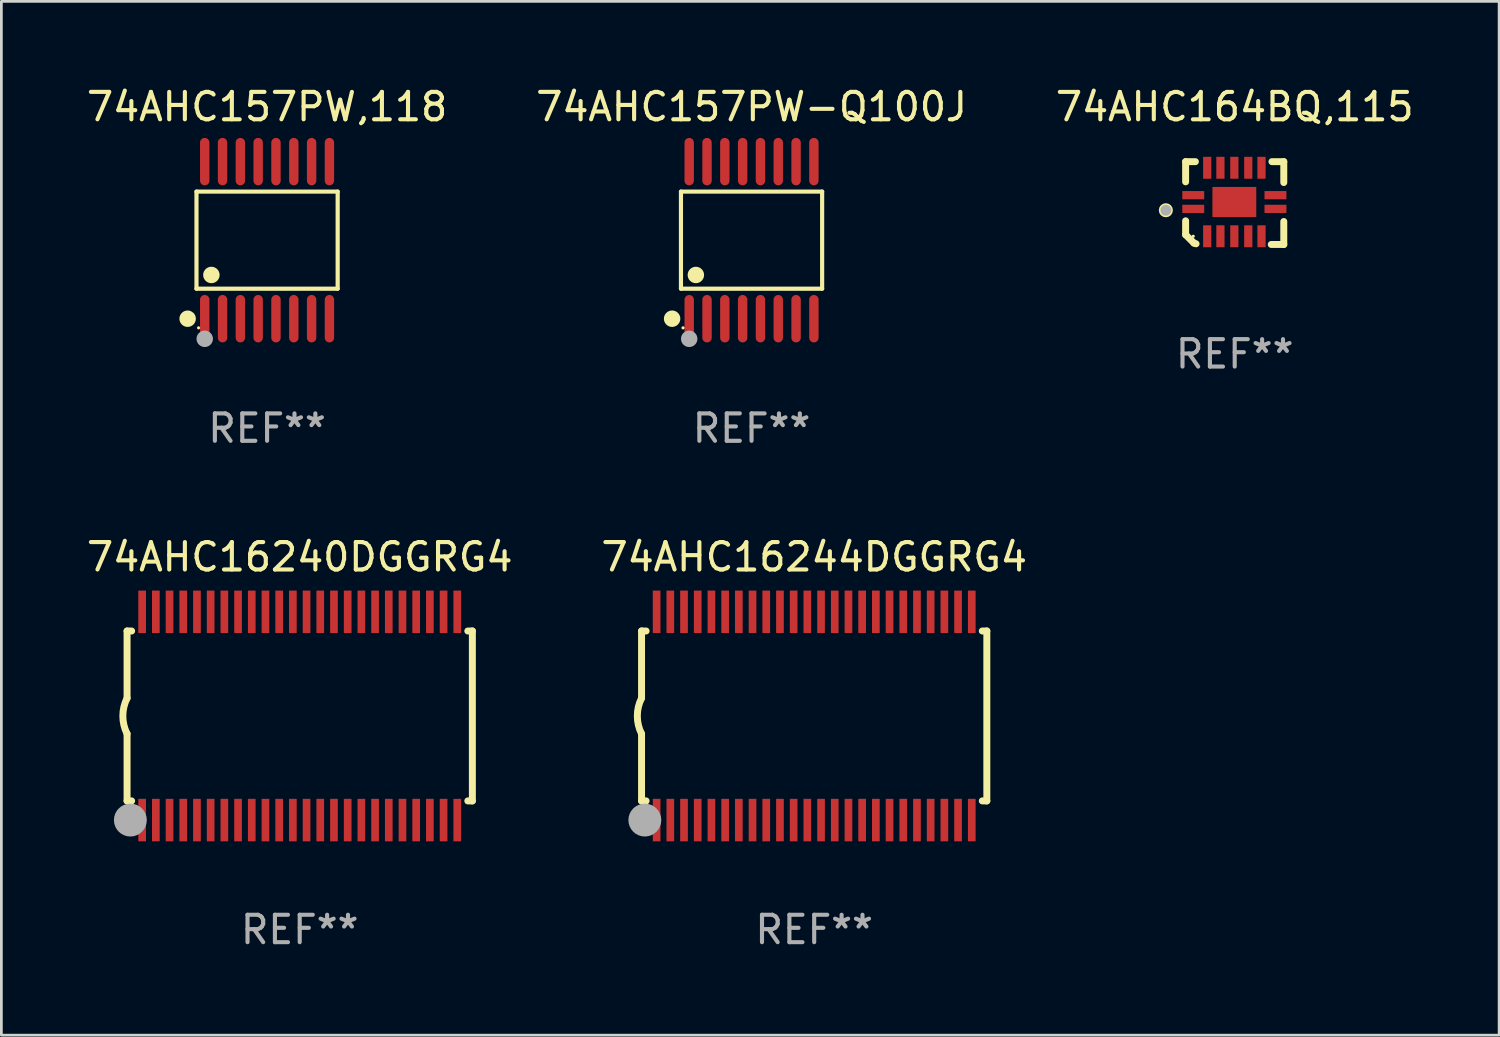
<source format=kicad_pcb>
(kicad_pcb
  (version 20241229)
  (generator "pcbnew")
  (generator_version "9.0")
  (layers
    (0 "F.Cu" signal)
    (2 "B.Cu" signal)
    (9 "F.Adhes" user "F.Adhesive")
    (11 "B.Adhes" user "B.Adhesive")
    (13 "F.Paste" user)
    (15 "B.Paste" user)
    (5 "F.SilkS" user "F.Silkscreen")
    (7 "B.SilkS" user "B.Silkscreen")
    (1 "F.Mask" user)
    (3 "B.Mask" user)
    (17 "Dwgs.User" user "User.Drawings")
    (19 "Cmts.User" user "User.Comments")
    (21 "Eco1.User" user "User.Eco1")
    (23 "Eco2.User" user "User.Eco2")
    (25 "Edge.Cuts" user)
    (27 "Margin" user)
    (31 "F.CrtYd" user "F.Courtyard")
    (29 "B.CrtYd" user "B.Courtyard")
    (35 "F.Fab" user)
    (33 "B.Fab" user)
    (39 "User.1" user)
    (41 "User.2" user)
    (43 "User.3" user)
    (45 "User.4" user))
  (footprint "74AHC157PW-Q100J"
    (layer "F.Cu")
    (at 24.375 5.714)
    (property "Reference" "74AHC157PW-Q100J" (at 0 -4.866 0) (layer "F.SilkS") (effects (font (size 1 1) (thickness 0.15))))
    (attr through_hole)
    (fp_line (start -2.576 -1.772) (end 2.576 -1.772) (stroke (width 0.152) (type solid)) (layer "F.SilkS"))
    (fp_line (start -2.576 1.771) (end -2.576 -1.772) (stroke (width 0.152) (type solid)) (layer "F.SilkS"))
    (fp_line (start 2.576 -1.772) (end 2.576 1.771) (stroke (width 0.152) (type solid)) (layer "F.SilkS"))
    (fp_line (start 2.576 1.771) (end -2.576 1.771) (stroke (width 0.152) (type solid)) (layer "F.SilkS"))
    (fp_circle (center -2.899 2.866) (end -2.749 2.866) (stroke (width 0.3) (type solid)) (fill no) (layer "F.SilkS"))
    (fp_circle (center -2.5 3.2) (end -2.47 3.2) (stroke (width 0.06) (type solid)) (fill no) (layer "F.SilkS"))
    (fp_circle (center -2.032 1.27) (end -1.882 1.27) (stroke (width 0.3) (type solid)) (fill no) (layer "F.SilkS"))
    (fp_circle (center -2.275 3.6) (end -2.125 3.6) (stroke (width 0.3) (type solid)) (fill no) (layer "F.Fab"))
    (fp_text user "REF**" (at 0 6.866 0) (layer "F.Fab") (effects (font (size 1 1) (thickness 0.15))))
    (pad "1" smd oval (at -2.275 2.866) (size 0.343 1.731) (layers "F.Cu" "F.Mask" "F.Paste"))
    (pad "2" smd oval (at -1.625 2.866) (size 0.343 1.731) (layers "F.Cu" "F.Mask" "F.Paste"))
    (pad "3" smd oval (at -0.975 2.866) (size 0.343 1.731) (layers "F.Cu" "F.Mask" "F.Paste"))
    (pad "4" smd oval (at -0.325 2.866) (size 0.343 1.731) (layers "F.Cu" "F.Mask" "F.Paste"))
    (pad "5" smd oval (at 0.325 2.866) (size 0.343 1.731) (layers "F.Cu" "F.Mask" "F.Paste"))
    (pad "6" smd oval (at 0.975 2.866) (size 0.343 1.731) (layers "F.Cu" "F.Mask" "F.Paste"))
    (pad "7" smd oval (at 1.625 2.866) (size 0.343 1.731) (layers "F.Cu" "F.Mask" "F.Paste"))
    (pad "8" smd oval (at 2.275 2.866) (size 0.343 1.731) (layers "F.Cu" "F.Mask" "F.Paste"))
    (pad "9" smd oval (at 2.275 -2.866) (size 0.343 1.731) (layers "F.Cu" "F.Mask" "F.Paste"))
    (pad "10" smd oval (at 1.625 -2.866) (size 0.343 1.731) (layers "F.Cu" "F.Mask" "F.Paste"))
    (pad "11" smd oval (at 0.975 -2.866) (size 0.343 1.731) (layers "F.Cu" "F.Mask" "F.Paste"))
    (pad "12" smd oval (at 0.325 -2.866) (size 0.343 1.731) (layers "F.Cu" "F.Mask" "F.Paste"))
    (pad "13" smd oval (at -0.325 -2.866) (size 0.343 1.731) (layers "F.Cu" "F.Mask" "F.Paste"))
    (pad "14" smd oval (at -0.975 -2.866) (size 0.343 1.731) (layers "F.Cu" "F.Mask" "F.Paste"))
    (pad "15" smd oval (at -1.625 -2.866) (size 0.343 1.731) (layers "F.Cu" "F.Mask" "F.Paste"))
    (pad "16" smd oval (at -2.275 -2.866) (size 0.343 1.731) (layers "F.Cu" "F.Mask" "F.Paste")))
  (footprint "74AHC16244DGGRG4"
    (layer "F.Cu")
    (at 26.661 23.076)
    (property "Reference" "74AHC16244DGGRG4" (at 0 -5.8 0) (layer "F.SilkS") (effects (font (size 1 1) (thickness 0.15))))
    (attr through_hole)
    (fp_line (start -6.3 -3.1) (end -6.3 -0.65) (stroke (width 0.254) (type solid)) (layer "F.SilkS"))
    (fp_line (start -6.3 -3.1) (end -6.134 -3.1) (stroke (width 0.254) (type solid)) (layer "F.SilkS"))
    (fp_line (start -6.3 3.1) (end -6.3 0.65) (stroke (width 0.254) (type solid)) (layer "F.SilkS"))
    (fp_line (start -6.3 3.1) (end -6.134 3.1) (stroke (width 0.254) (type solid)) (layer "F.SilkS"))
    (fp_line (start 6.134 -3.1) (end 6.3 -3.1) (stroke (width 0.254) (type solid)) (layer "F.SilkS"))
    (fp_line (start 6.134 3.1) (end 6.3 3.1) (stroke (width 0.254) (type solid)) (layer "F.SilkS"))
    (fp_line (start 6.3 -3.1) (end 6.3 3.1) (stroke (width 0.254) (type solid)) (layer "F.SilkS"))
    (fp_arc (start -6.301016 0.650114) (mid -6.45413 -0.000082) (end -6.3 -0.650038) (stroke (width 0.254001) (type solid)) (layer "F.SilkS"))
    (fp_circle (center -6.35 3.81) (end -6.223 3.81) (stroke (width 0.254) (type solid)) (fill no) (layer "F.SilkS"))
    (fp_circle (center -6.25 4.05) (end -6.22 4.05) (stroke (width 0.06) (type solid)) (fill no) (layer "F.SilkS"))
    (fp_circle (center -6.18 3.8) (end -5.88 3.8) (stroke (width 0.6) (type solid)) (fill no) (layer "F.Fab"))
    (fp_text user "REF**" (at 0 7.8 0) (layer "F.Fab") (effects (font (size 1 1) (thickness 0.15))))
    (pad "1" smd rect (at -5.75 3.8) (size 0.28 1.55) (layers "F.Cu" "F.Mask" "F.Paste"))
    (pad "2" smd rect (at -5.25 3.8) (size 0.28 1.55) (layers "F.Cu" "F.Mask" "F.Paste"))
    (pad "3" smd rect (at -4.75 3.8) (size 0.28 1.55) (layers "F.Cu" "F.Mask" "F.Paste"))
    (pad "4" smd rect (at -4.25 3.8) (size 0.28 1.55) (layers "F.Cu" "F.Mask" "F.Paste"))
    (pad "5" smd rect (at -3.75 3.8) (size 0.28 1.55) (layers "F.Cu" "F.Mask" "F.Paste"))
    (pad "6" smd rect (at -3.25 3.8) (size 0.28 1.55) (layers "F.Cu" "F.Mask" "F.Paste"))
    (pad "7" smd rect (at -2.75 3.8) (size 0.28 1.55) (layers "F.Cu" "F.Mask" "F.Paste"))
    (pad "8" smd rect (at -2.25 3.8) (size 0.28 1.55) (layers "F.Cu" "F.Mask" "F.Paste"))
    (pad "9" smd rect (at -1.75 3.8) (size 0.28 1.55) (layers "F.Cu" "F.Mask" "F.Paste"))
    (pad "10" smd rect (at -1.25 3.8) (size 0.28 1.55) (layers "F.Cu" "F.Mask" "F.Paste"))
    (pad "11" smd rect (at -0.75 3.8) (size 0.28 1.55) (layers "F.Cu" "F.Mask" "F.Paste"))
    (pad "12" smd rect (at -0.25 3.8) (size 0.28 1.55) (layers "F.Cu" "F.Mask" "F.Paste"))
    (pad "13" smd rect (at 0.25 3.8) (size 0.28 1.55) (layers "F.Cu" "F.Mask" "F.Paste"))
    (pad "14" smd rect (at 0.75 3.8) (size 0.28 1.55) (layers "F.Cu" "F.Mask" "F.Paste"))
    (pad "15" smd rect (at 1.25 3.8) (size 0.28 1.55) (layers "F.Cu" "F.Mask" "F.Paste"))
    (pad "16" smd rect (at 1.75 3.8) (size 0.28 1.55) (layers "F.Cu" "F.Mask" "F.Paste"))
    (pad "17" smd rect (at 2.25 3.8) (size 0.28 1.55) (layers "F.Cu" "F.Mask" "F.Paste"))
    (pad "18" smd rect (at 2.75 3.8) (size 0.28 1.55) (layers "F.Cu" "F.Mask" "F.Paste"))
    (pad "19" smd rect (at 3.25 3.8) (size 0.28 1.55) (layers "F.Cu" "F.Mask" "F.Paste"))
    (pad "20" smd rect (at 3.75 3.8) (size 0.28 1.55) (layers "F.Cu" "F.Mask" "F.Paste"))
    (pad "21" smd rect (at 4.25 3.8) (size 0.28 1.55) (layers "F.Cu" "F.Mask" "F.Paste"))
    (pad "22" smd rect (at 4.75 3.8) (size 0.28 1.55) (layers "F.Cu" "F.Mask" "F.Paste"))
    (pad "23" smd rect (at 5.25 3.8) (size 0.28 1.55) (layers "F.Cu" "F.Mask" "F.Paste"))
    (pad "24" smd rect (at 5.75 3.8) (size 0.28 1.55) (layers "F.Cu" "F.Mask" "F.Paste"))
    (pad "25" smd rect (at 5.75 -3.8) (size 0.28 1.55) (layers "F.Cu" "F.Mask" "F.Paste"))
    (pad "26" smd rect (at 5.25 -3.8) (size 0.28 1.55) (layers "F.Cu" "F.Mask" "F.Paste"))
    (pad "27" smd rect (at 4.75 -3.8) (size 0.28 1.55) (layers "F.Cu" "F.Mask" "F.Paste"))
    (pad "28" smd rect (at 4.25 -3.8) (size 0.28 1.55) (layers "F.Cu" "F.Mask" "F.Paste"))
    (pad "29" smd rect (at 3.75 -3.8) (size 0.28 1.55) (layers "F.Cu" "F.Mask" "F.Paste"))
    (pad "30" smd rect (at 3.25 -3.8) (size 0.28 1.55) (layers "F.Cu" "F.Mask" "F.Paste"))
    (pad "31" smd rect (at 2.75 -3.8) (size 0.28 1.55) (layers "F.Cu" "F.Mask" "F.Paste"))
    (pad "32" smd rect (at 2.25 -3.8) (size 0.28 1.55) (layers "F.Cu" "F.Mask" "F.Paste"))
    (pad "33" smd rect (at 1.75 -3.8) (size 0.28 1.55) (layers "F.Cu" "F.Mask" "F.Paste"))
    (pad "34" smd rect (at 1.25 -3.8) (size 0.28 1.55) (layers "F.Cu" "F.Mask" "F.Paste"))
    (pad "35" smd rect (at 0.75 -3.8) (size 0.28 1.55) (layers "F.Cu" "F.Mask" "F.Paste"))
    (pad "36" smd rect (at 0.25 -3.8) (size 0.28 1.55) (layers "F.Cu" "F.Mask" "F.Paste"))
    (pad "37" smd rect (at -0.25 -3.8) (size 0.28 1.55) (layers "F.Cu" "F.Mask" "F.Paste"))
    (pad "38" smd rect (at -0.75 -3.8) (size 0.28 1.55) (layers "F.Cu" "F.Mask" "F.Paste"))
    (pad "39" smd rect (at -1.25 -3.8) (size 0.28 1.55) (layers "F.Cu" "F.Mask" "F.Paste"))
    (pad "40" smd rect (at -1.75 -3.8) (size 0.28 1.55) (layers "F.Cu" "F.Mask" "F.Paste"))
    (pad "41" smd rect (at -2.25 -3.8) (size 0.28 1.55) (layers "F.Cu" "F.Mask" "F.Paste"))
    (pad "42" smd rect (at -2.75 -3.8) (size 0.28 1.55) (layers "F.Cu" "F.Mask" "F.Paste"))
    (pad "43" smd rect (at -3.25 -3.8) (size 0.28 1.55) (layers "F.Cu" "F.Mask" "F.Paste"))
    (pad "44" smd rect (at -3.75 -3.8) (size 0.28 1.55) (layers "F.Cu" "F.Mask" "F.Paste"))
    (pad "45" smd rect (at -4.25 -3.8) (size 0.28 1.55) (layers "F.Cu" "F.Mask" "F.Paste"))
    (pad "46" smd rect (at -4.75 -3.8) (size 0.28 1.55) (layers "F.Cu" "F.Mask" "F.Paste"))
    (pad "47" smd rect (at -5.25 -3.8) (size 0.28 1.55) (layers "F.Cu" "F.Mask" "F.Paste"))
    (pad "48" smd rect (at -5.75 -3.8) (size 0.28 1.55) (layers "F.Cu" "F.Mask" "F.Paste")))
  (footprint "74AHC16240DGGRG4"
    (layer "F.Cu")
    (at 7.887 23.076)
    (property "Reference" "74AHC16240DGGRG4" (at 0 -5.8 0) (layer "F.SilkS") (effects (font (size 1 1) (thickness 0.15))))
    (attr through_hole)
    (fp_line (start -6.3 -3.1) (end -6.3 -0.65) (stroke (width 0.254) (type solid)) (layer "F.SilkS"))
    (fp_line (start -6.3 -3.1) (end -6.134 -3.1) (stroke (width 0.254) (type solid)) (layer "F.SilkS"))
    (fp_line (start -6.3 3.1) (end -6.3 0.65) (stroke (width 0.254) (type solid)) (layer "F.SilkS"))
    (fp_line (start -6.3 3.1) (end -6.134 3.1) (stroke (width 0.254) (type solid)) (layer "F.SilkS"))
    (fp_line (start 6.134 -3.1) (end 6.3 -3.1) (stroke (width 0.254) (type solid)) (layer "F.SilkS"))
    (fp_line (start 6.134 3.1) (end 6.3 3.1) (stroke (width 0.254) (type solid)) (layer "F.SilkS"))
    (fp_line (start 6.3 -3.1) (end 6.3 3.1) (stroke (width 0.254) (type solid)) (layer "F.SilkS"))
    (fp_arc (start -6.301016 0.650114) (mid -6.45413 -0.000082) (end -6.3 -0.650038) (stroke (width 0.254001) (type solid)) (layer "F.SilkS"))
    (fp_circle (center -6.35 3.81) (end -6.223 3.81) (stroke (width 0.254) (type solid)) (fill no) (layer "F.SilkS"))
    (fp_circle (center -6.25 4.05) (end -6.22 4.05) (stroke (width 0.06) (type solid)) (fill no) (layer "F.SilkS"))
    (fp_circle (center -6.18 3.8) (end -5.88 3.8) (stroke (width 0.6) (type solid)) (fill no) (layer "F.Fab"))
    (fp_text user "REF**" (at 0 7.8 0) (layer "F.Fab") (effects (font (size 1 1) (thickness 0.15))))
    (pad "1" smd rect (at -5.75 3.8) (size 0.28 1.55) (layers "F.Cu" "F.Mask" "F.Paste"))
    (pad "2" smd rect (at -5.25 3.8) (size 0.28 1.55) (layers "F.Cu" "F.Mask" "F.Paste"))
    (pad "3" smd rect (at -4.75 3.8) (size 0.28 1.55) (layers "F.Cu" "F.Mask" "F.Paste"))
    (pad "4" smd rect (at -4.25 3.8) (size 0.28 1.55) (layers "F.Cu" "F.Mask" "F.Paste"))
    (pad "5" smd rect (at -3.75 3.8) (size 0.28 1.55) (layers "F.Cu" "F.Mask" "F.Paste"))
    (pad "6" smd rect (at -3.25 3.8) (size 0.28 1.55) (layers "F.Cu" "F.Mask" "F.Paste"))
    (pad "7" smd rect (at -2.75 3.8) (size 0.28 1.55) (layers "F.Cu" "F.Mask" "F.Paste"))
    (pad "8" smd rect (at -2.25 3.8) (size 0.28 1.55) (layers "F.Cu" "F.Mask" "F.Paste"))
    (pad "9" smd rect (at -1.75 3.8) (size 0.28 1.55) (layers "F.Cu" "F.Mask" "F.Paste"))
    (pad "10" smd rect (at -1.25 3.8) (size 0.28 1.55) (layers "F.Cu" "F.Mask" "F.Paste"))
    (pad "11" smd rect (at -0.75 3.8) (size 0.28 1.55) (layers "F.Cu" "F.Mask" "F.Paste"))
    (pad "12" smd rect (at -0.25 3.8) (size 0.28 1.55) (layers "F.Cu" "F.Mask" "F.Paste"))
    (pad "13" smd rect (at 0.25 3.8) (size 0.28 1.55) (layers "F.Cu" "F.Mask" "F.Paste"))
    (pad "14" smd rect (at 0.75 3.8) (size 0.28 1.55) (layers "F.Cu" "F.Mask" "F.Paste"))
    (pad "15" smd rect (at 1.25 3.8) (size 0.28 1.55) (layers "F.Cu" "F.Mask" "F.Paste"))
    (pad "16" smd rect (at 1.75 3.8) (size 0.28 1.55) (layers "F.Cu" "F.Mask" "F.Paste"))
    (pad "17" smd rect (at 2.25 3.8) (size 0.28 1.55) (layers "F.Cu" "F.Mask" "F.Paste"))
    (pad "18" smd rect (at 2.75 3.8) (size 0.28 1.55) (layers "F.Cu" "F.Mask" "F.Paste"))
    (pad "19" smd rect (at 3.25 3.8) (size 0.28 1.55) (layers "F.Cu" "F.Mask" "F.Paste"))
    (pad "20" smd rect (at 3.75 3.8) (size 0.28 1.55) (layers "F.Cu" "F.Mask" "F.Paste"))
    (pad "21" smd rect (at 4.25 3.8) (size 0.28 1.55) (layers "F.Cu" "F.Mask" "F.Paste"))
    (pad "22" smd rect (at 4.75 3.8) (size 0.28 1.55) (layers "F.Cu" "F.Mask" "F.Paste"))
    (pad "23" smd rect (at 5.25 3.8) (size 0.28 1.55) (layers "F.Cu" "F.Mask" "F.Paste"))
    (pad "24" smd rect (at 5.75 3.8) (size 0.28 1.55) (layers "F.Cu" "F.Mask" "F.Paste"))
    (pad "25" smd rect (at 5.75 -3.8) (size 0.28 1.55) (layers "F.Cu" "F.Mask" "F.Paste"))
    (pad "26" smd rect (at 5.25 -3.8) (size 0.28 1.55) (layers "F.Cu" "F.Mask" "F.Paste"))
    (pad "27" smd rect (at 4.75 -3.8) (size 0.28 1.55) (layers "F.Cu" "F.Mask" "F.Paste"))
    (pad "28" smd rect (at 4.25 -3.8) (size 0.28 1.55) (layers "F.Cu" "F.Mask" "F.Paste"))
    (pad "29" smd rect (at 3.75 -3.8) (size 0.28 1.55) (layers "F.Cu" "F.Mask" "F.Paste"))
    (pad "30" smd rect (at 3.25 -3.8) (size 0.28 1.55) (layers "F.Cu" "F.Mask" "F.Paste"))
    (pad "31" smd rect (at 2.75 -3.8) (size 0.28 1.55) (layers "F.Cu" "F.Mask" "F.Paste"))
    (pad "32" smd rect (at 2.25 -3.8) (size 0.28 1.55) (layers "F.Cu" "F.Mask" "F.Paste"))
    (pad "33" smd rect (at 1.75 -3.8) (size 0.28 1.55) (layers "F.Cu" "F.Mask" "F.Paste"))
    (pad "34" smd rect (at 1.25 -3.8) (size 0.28 1.55) (layers "F.Cu" "F.Mask" "F.Paste"))
    (pad "35" smd rect (at 0.75 -3.8) (size 0.28 1.55) (layers "F.Cu" "F.Mask" "F.Paste"))
    (pad "36" smd rect (at 0.25 -3.8) (size 0.28 1.55) (layers "F.Cu" "F.Mask" "F.Paste"))
    (pad "37" smd rect (at -0.25 -3.8) (size 0.28 1.55) (layers "F.Cu" "F.Mask" "F.Paste"))
    (pad "38" smd rect (at -0.75 -3.8) (size 0.28 1.55) (layers "F.Cu" "F.Mask" "F.Paste"))
    (pad "39" smd rect (at -1.25 -3.8) (size 0.28 1.55) (layers "F.Cu" "F.Mask" "F.Paste"))
    (pad "40" smd rect (at -1.75 -3.8) (size 0.28 1.55) (layers "F.Cu" "F.Mask" "F.Paste"))
    (pad "41" smd rect (at -2.25 -3.8) (size 0.28 1.55) (layers "F.Cu" "F.Mask" "F.Paste"))
    (pad "42" smd rect (at -2.75 -3.8) (size 0.28 1.55) (layers "F.Cu" "F.Mask" "F.Paste"))
    (pad "43" smd rect (at -3.25 -3.8) (size 0.28 1.55) (layers "F.Cu" "F.Mask" "F.Paste"))
    (pad "44" smd rect (at -3.75 -3.8) (size 0.28 1.55) (layers "F.Cu" "F.Mask" "F.Paste"))
    (pad "45" smd rect (at -4.25 -3.8) (size 0.28 1.55) (layers "F.Cu" "F.Mask" "F.Paste"))
    (pad "46" smd rect (at -4.75 -3.8) (size 0.28 1.55) (layers "F.Cu" "F.Mask" "F.Paste"))
    (pad "47" smd rect (at -5.25 -3.8) (size 0.28 1.55) (layers "F.Cu" "F.Mask" "F.Paste"))
    (pad "48" smd rect (at -5.75 -3.8) (size 0.28 1.55) (layers "F.Cu" "F.Mask" "F.Paste")))
  (footprint "74AHC164BQ,115"
    (layer "F.Cu")
    (at 42.006 4.36)
    (property "Reference" "74AHC164BQ,115" (at 0 -3.511 0) (layer "F.SilkS") (effects (font (size 1 1) (thickness 0.15))))
    (attr through_hole)
    (fp_line (start -1.791 -1.511) (end -1.435 -1.511) (stroke (width 0.254) (type solid)) (layer "F.SilkS"))
    (fp_line (start -1.791 -0.775) (end -1.791 -1.511) (stroke (width 0.254) (type solid)) (layer "F.SilkS"))
    (fp_line (start -1.791 1.156) (end -1.791 0.648) (stroke (width 0.254) (type solid)) (layer "F.SilkS"))
    (fp_line (start -1.486 1.461) (end -1.791 1.156) (stroke (width 0.254) (type solid)) (layer "F.SilkS"))
    (fp_line (start -1.41 1.486) (end -1.486 1.461) (stroke (width 0.254) (type solid)) (layer "F.SilkS"))
    (fp_line (start 1.334 1.511) (end 1.791 1.511) (stroke (width 0.254) (type solid)) (layer "F.SilkS"))
    (fp_line (start 1.791 -1.511) (end 1.359 -1.511) (stroke (width 0.254) (type solid)) (layer "F.SilkS"))
    (fp_line (start 1.791 -0.749) (end 1.791 -1.511) (stroke (width 0.254) (type solid)) (layer "F.SilkS"))
    (fp_line (start 1.791 1.511) (end 1.791 0.673) (stroke (width 0.254) (type solid)) (layer "F.SilkS"))
    (fp_circle (center -2.513 0.262) (end -2.383 0.262) (stroke (width 0.254) (type solid)) (fill no) (layer "F.SilkS"))
    (fp_circle (center -1.513 1.212) (end -1.483 1.212) (stroke (width 0.06) (type solid)) (fill no) (layer "F.SilkS"))
    (fp_circle (center -2.513 0.262) (end -2.413 0.262) (stroke (width 0.2) (type solid)) (fill no) (layer "F.Fab"))
    (fp_text user "REF**" (at 0 5.511 0) (layer "F.Fab") (effects (font (size 1 1) (thickness 0.15))))
    (pad "1" smd rect (at -1.513 0.212) (size 0.8 0.3) (layers "F.Cu" "F.Mask" "F.Paste"))
    (pad "2" smd rect (at -1.003 1.212) (size 0.3 0.8) (layers "F.Cu" "F.Mask" "F.Paste"))
    (pad "3" smd rect (at -0.521 1.212) (size 0.3 0.8) (layers "F.Cu" "F.Mask" "F.Paste"))
    (pad "4" smd rect (at -0.013 1.212) (size 0.3 0.8) (layers "F.Cu" "F.Mask" "F.Paste"))
    (pad "5" smd rect (at 0.495 1.212) (size 0.3 0.8) (layers "F.Cu" "F.Mask" "F.Paste"))
    (pad "6" smd rect (at 0.978 1.212) (size 0.3 0.8) (layers "F.Cu" "F.Mask" "F.Paste"))
    (pad "7" smd rect (at 1.487 0.212) (size 0.8 0.3) (layers "F.Cu" "F.Mask" "F.Paste"))
    (pad "8" smd rect (at 1.487 -0.288) (size 0.8 0.3) (layers "F.Cu" "F.Mask" "F.Paste"))
    (pad "9" smd rect (at 0.978 -1.288) (size 0.3 0.8) (layers "F.Cu" "F.Mask" "F.Paste"))
    (pad "10" smd rect (at 0.495 -1.288) (size 0.3 0.8) (layers "F.Cu" "F.Mask" "F.Paste"))
    (pad "11" smd rect (at -0.013 -1.288) (size 0.3 0.8) (layers "F.Cu" "F.Mask" "F.Paste"))
    (pad "12" smd rect (at -0.521 -1.288) (size 0.3 0.8) (layers "F.Cu" "F.Mask" "F.Paste"))
    (pad "13" smd rect (at -1.003 -1.288) (size 0.3 0.8) (layers "F.Cu" "F.Mask" "F.Paste"))
    (pad "14" smd rect (at -1.513 -0.288) (size 0.8 0.3) (layers "F.Cu" "F.Mask" "F.Paste"))
    (pad "15" smd rect (at -0.013 -0.038 90) (size 1.1 1.6) (layers "F.Cu" "F.Mask" "F.Paste")))
  (footprint "74AHC157PW,118"
    (layer "F.Cu")
    (at 6.696 5.714)
    (property "Reference" "74AHC157PW,118" (at 0 -4.866 0) (layer "F.SilkS") (effects (font (size 1 1) (thickness 0.15))))
    (attr through_hole)
    (fp_line (start -2.576 -1.772) (end 2.576 -1.772) (stroke (width 0.152) (type solid)) (layer "F.SilkS"))
    (fp_line (start -2.576 1.771) (end -2.576 -1.772) (stroke (width 0.152) (type solid)) (layer "F.SilkS"))
    (fp_line (start 2.576 -1.772) (end 2.576 1.771) (stroke (width 0.152) (type solid)) (layer "F.SilkS"))
    (fp_line (start 2.576 1.771) (end -2.576 1.771) (stroke (width 0.152) (type solid)) (layer "F.SilkS"))
    (fp_circle (center -2.899 2.866) (end -2.749 2.866) (stroke (width 0.3) (type solid)) (fill no) (layer "F.SilkS"))
    (fp_circle (center -2.5 3.2) (end -2.47 3.2) (stroke (width 0.06) (type solid)) (fill no) (layer "F.SilkS"))
    (fp_circle (center -2.032 1.27) (end -1.882 1.27) (stroke (width 0.3) (type solid)) (fill no) (layer "F.SilkS"))
    (fp_circle (center -2.275 3.6) (end -2.125 3.6) (stroke (width 0.3) (type solid)) (fill no) (layer "F.Fab"))
    (fp_text user "REF**" (at 0 6.866 0) (layer "F.Fab") (effects (font (size 1 1) (thickness 0.15))))
    (pad "1" smd oval (at -2.275 2.866) (size 0.343 1.731) (layers "F.Cu" "F.Mask" "F.Paste"))
    (pad "2" smd oval (at -1.625 2.866) (size 0.343 1.731) (layers "F.Cu" "F.Mask" "F.Paste"))
    (pad "3" smd oval (at -0.975 2.866) (size 0.343 1.731) (layers "F.Cu" "F.Mask" "F.Paste"))
    (pad "4" smd oval (at -0.325 2.866) (size 0.343 1.731) (layers "F.Cu" "F.Mask" "F.Paste"))
    (pad "5" smd oval (at 0.325 2.866) (size 0.343 1.731) (layers "F.Cu" "F.Mask" "F.Paste"))
    (pad "6" smd oval (at 0.975 2.866) (size 0.343 1.731) (layers "F.Cu" "F.Mask" "F.Paste"))
    (pad "7" smd oval (at 1.625 2.866) (size 0.343 1.731) (layers "F.Cu" "F.Mask" "F.Paste"))
    (pad "8" smd oval (at 2.275 2.866) (size 0.343 1.731) (layers "F.Cu" "F.Mask" "F.Paste"))
    (pad "9" smd oval (at 2.275 -2.866) (size 0.343 1.731) (layers "F.Cu" "F.Mask" "F.Paste"))
    (pad "10" smd oval (at 1.625 -2.866) (size 0.343 1.731) (layers "F.Cu" "F.Mask" "F.Paste"))
    (pad "11" smd oval (at 0.975 -2.866) (size 0.343 1.731) (layers "F.Cu" "F.Mask" "F.Paste"))
    (pad "12" smd oval (at 0.325 -2.866) (size 0.343 1.731) (layers "F.Cu" "F.Mask" "F.Paste"))
    (pad "13" smd oval (at -0.325 -2.866) (size 0.343 1.731) (layers "F.Cu" "F.Mask" "F.Paste"))
    (pad "14" smd oval (at -0.975 -2.866) (size 0.343 1.731) (layers "F.Cu" "F.Mask" "F.Paste"))
    (pad "15" smd oval (at -1.625 -2.866) (size 0.343 1.731) (layers "F.Cu" "F.Mask" "F.Paste"))
    (pad "16" smd oval (at -2.275 -2.866) (size 0.343 1.731) (layers "F.Cu" "F.Mask" "F.Paste")))
  (gr_rect
    (start -3 -3)
    (end 51.655 34.724)
    (stroke (width 0.1) (type default))
    (fill no)
    (layer "Edge.Cuts")))
</source>
